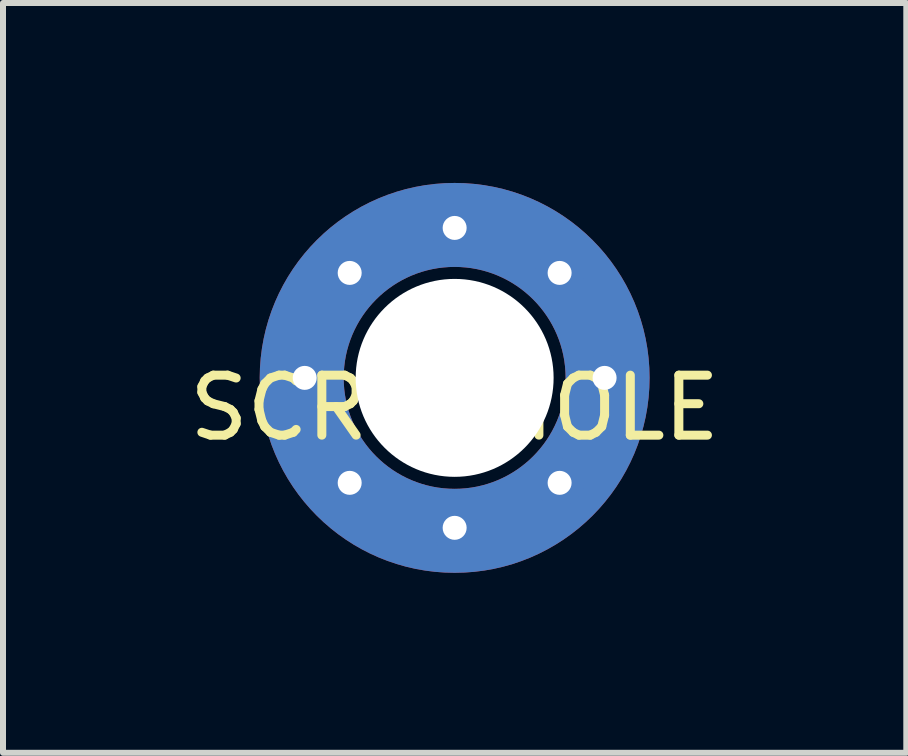
<source format=kicad_pcb>
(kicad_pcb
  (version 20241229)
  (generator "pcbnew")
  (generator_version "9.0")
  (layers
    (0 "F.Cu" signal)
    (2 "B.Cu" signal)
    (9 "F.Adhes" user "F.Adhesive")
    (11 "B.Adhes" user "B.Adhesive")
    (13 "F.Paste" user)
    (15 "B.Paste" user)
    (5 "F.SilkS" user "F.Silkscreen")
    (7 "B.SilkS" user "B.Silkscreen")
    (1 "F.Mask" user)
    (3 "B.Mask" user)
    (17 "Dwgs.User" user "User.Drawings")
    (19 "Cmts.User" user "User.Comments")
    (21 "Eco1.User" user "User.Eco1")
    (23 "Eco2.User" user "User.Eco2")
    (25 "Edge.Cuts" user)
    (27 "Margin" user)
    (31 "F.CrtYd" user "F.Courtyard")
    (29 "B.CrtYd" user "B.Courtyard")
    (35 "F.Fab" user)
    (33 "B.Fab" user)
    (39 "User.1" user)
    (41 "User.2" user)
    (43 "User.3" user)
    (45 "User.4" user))
  (footprint "SCREWHOLE"
    (layer "F.Cu")
    (at 4.53 3.25)
    (property "Reference" "SCREWHOLE" (at 0 0.5 0) (layer "F.SilkS") (effects (font (size 1 1) (thickness 0.15))))
    (attr through_hole)
    (fp_circle (center 0 0) (end 2.55 0) (stroke (width 1.4) (type solid)) (fill no) (layer "F.Cu"))
    (fp_circle (center 0 0) (end 2.55 0) (stroke (width 1.4) (type solid)) (fill no) (layer "F.Mask"))
    (fp_circle (center 0 0) (end 2.55 0) (stroke (width 1.4) (type solid)) (fill no) (layer "B.Cu"))
    (fp_circle (center 0 0) (end 2.55 -0.05) (stroke (width 1.4) (type solid)) (fill no) (layer "B.Mask"))
    (pad "" np_thru_hole circle (at 0 0) (size 3.3 3.3) (drill 3.3) (layers "*.Cu" "*.Mask"))
    (pad "1" thru_hole circle (at -2.5 0) (size 0.8 0.8) (drill 0.4) (layers "*.Cu" "*.Mask"))
    (pad "1" thru_hole circle (at -1.75 -1.75) (size 0.8 0.8) (drill 0.4) (layers "*.Cu" "*.Mask"))
    (pad "1" thru_hole circle (at -1.75 1.75) (size 0.8 0.8) (drill 0.4) (layers "*.Cu" "*.Mask"))
    (pad "1" thru_hole circle (at 0 -2.5) (size 0.8 0.8) (drill 0.4) (layers "*.Cu" "*.Mask"))
    (pad "1" thru_hole circle (at 0 2.5) (size 0.8 0.8) (drill 0.4) (layers "*.Cu" "*.Mask"))
    (pad "1" thru_hole circle (at 1.75 -1.75) (size 0.8 0.8) (drill 0.4) (layers "*.Cu" "*.Mask"))
    (pad "1" thru_hole circle (at 1.75 1.75) (size 0.8 0.8) (drill 0.4) (layers "*.Cu" "*.Mask"))
    (pad "1" thru_hole circle (at 2.5 0) (size 0.8 0.8) (drill 0.4) (layers "*.Cu" "*.Mask")))
  (gr_rect
    (start -3 -3)
    (end 12.06 9.501)
    (stroke (width 0.1) (type default))
    (fill no)
    (layer "Edge.Cuts")))
</source>
